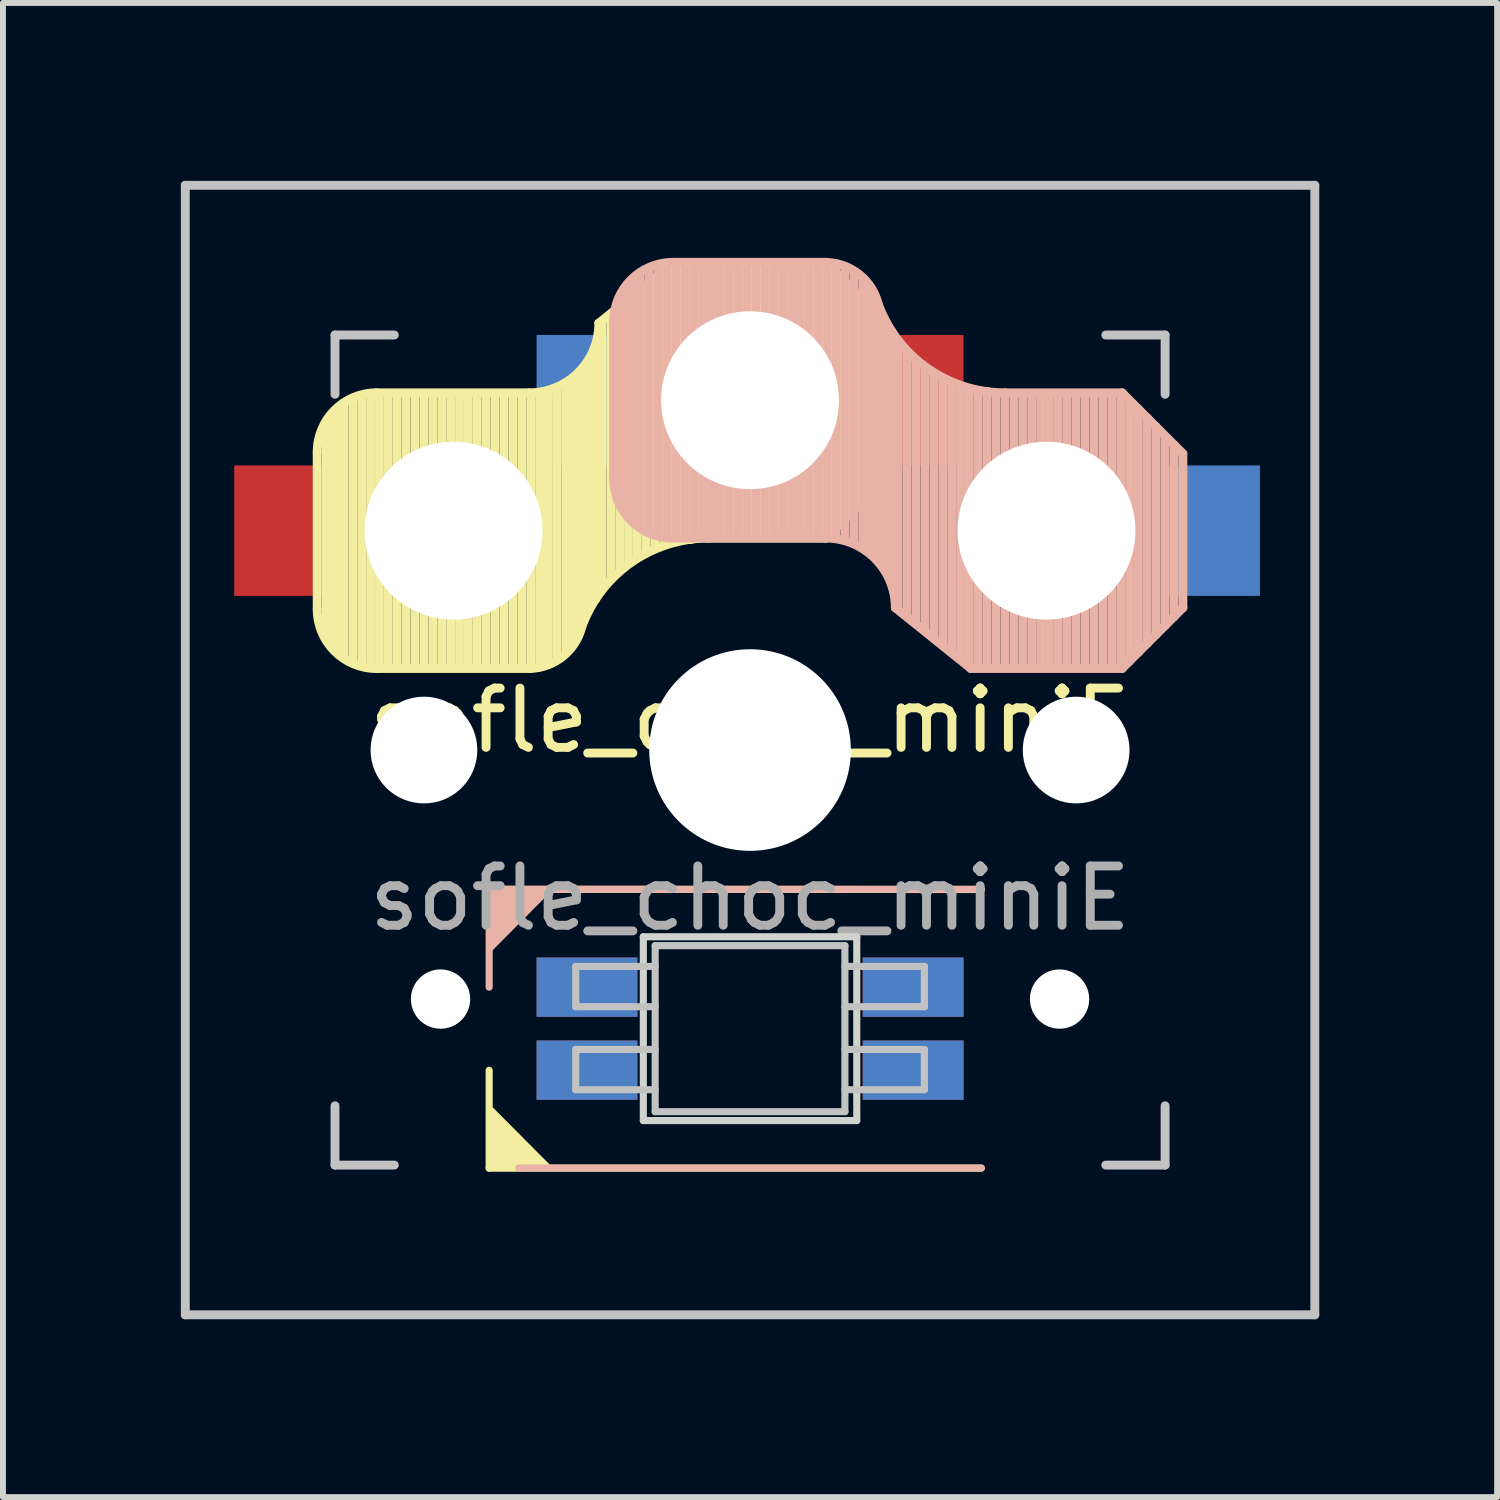
<source format=kicad_pcb>
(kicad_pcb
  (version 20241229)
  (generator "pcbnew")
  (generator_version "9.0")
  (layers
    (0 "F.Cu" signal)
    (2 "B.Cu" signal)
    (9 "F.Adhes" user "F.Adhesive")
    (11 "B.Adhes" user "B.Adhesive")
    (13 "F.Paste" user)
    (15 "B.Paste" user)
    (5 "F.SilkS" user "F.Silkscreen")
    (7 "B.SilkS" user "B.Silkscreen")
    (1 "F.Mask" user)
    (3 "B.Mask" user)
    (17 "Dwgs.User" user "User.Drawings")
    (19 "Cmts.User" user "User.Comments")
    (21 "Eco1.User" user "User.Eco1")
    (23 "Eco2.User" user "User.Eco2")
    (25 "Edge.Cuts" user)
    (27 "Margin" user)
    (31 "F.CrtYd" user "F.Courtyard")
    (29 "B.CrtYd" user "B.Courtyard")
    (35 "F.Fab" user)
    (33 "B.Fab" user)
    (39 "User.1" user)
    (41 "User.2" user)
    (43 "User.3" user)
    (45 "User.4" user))
  (footprint "sofle_choc_miniE"
    (layer "F.Cu")
    (at 9.6 9.6)
    (property "Reference" "sofle_choc_miniE" (at 0 -0.5 0) (unlocked yes) (layer "F.SilkS") (effects (font (size 1 1) (thickness 0.15))))
    (attr through_hole)
    (fp_line (start -7.3 -5.025) (end -7.3 -2.375) (stroke (width 0.15) (type solid)) (layer "F.SilkS"))
    (fp_line (start -7.15 -1.95) (end -7.15 -5.5) (stroke (width 0.15) (type solid)) (layer "F.SilkS"))
    (fp_line (start -7.05 -1.8) (end -7.05 -5.55) (stroke (width 0.15) (type solid)) (layer "F.SilkS"))
    (fp_line (start -6.95 -1.7) (end -6.95 -5.65) (stroke (width 0.15) (type solid)) (layer "F.SilkS"))
    (fp_line (start -6.85 -1.6) (end -6.85 -5.8) (stroke (width 0.15) (type solid)) (layer "F.SilkS"))
    (fp_line (start -6.7 -1.5) (end -6.7 -5.9) (stroke (width 0.15) (type solid)) (layer "F.SilkS"))
    (fp_line (start -6.55 -1.45) (end -6.55 -5.95) (stroke (width 0.15) (type solid)) (layer "F.SilkS"))
    (fp_line (start -6.4 -1.4) (end -6.4 -5.95) (stroke (width 0.15) (type solid)) (layer "F.SilkS"))
    (fp_line (start -6.3 -6.025) (end -3.725 -6.025) (stroke (width 0.15) (type solid)) (layer "F.SilkS"))
    (fp_line (start -6.3 -1.375) (end -3.7 -1.375) (stroke (width 0.15) (type solid)) (layer "F.SilkS"))
    (fp_line (start -6.25 -1.4) (end -6.25 -6) (stroke (width 0.15) (type solid)) (layer "F.SilkS"))
    (fp_line (start -6.1 -1.4) (end -6.1 -6) (stroke (width 0.15) (type solid)) (layer "F.SilkS"))
    (fp_line (start -5.95 -1.4) (end -5.95 -6) (stroke (width 0.15) (type solid)) (layer "F.SilkS"))
    (fp_line (start -5.8 -1.4) (end -5.8 -6) (stroke (width 0.15) (type solid)) (layer "F.SilkS"))
    (fp_line (start -5.65 -1.4) (end -5.65 -6) (stroke (width 0.15) (type solid)) (layer "F.SilkS"))
    (fp_line (start -5.5 -1.4) (end -5.5 -6) (stroke (width 0.15) (type solid)) (layer "F.SilkS"))
    (fp_line (start -5.35 -1.4) (end -5.35 -6) (stroke (width 0.15) (type solid)) (layer "F.SilkS"))
    (fp_line (start -5.2 -1.4) (end -5.2 -6) (stroke (width 0.15) (type solid)) (layer "F.SilkS"))
    (fp_line (start -5.05 -1.4) (end -5.05 -6) (stroke (width 0.15) (type solid)) (layer "F.SilkS"))
    (fp_line (start -4.9 -1.4) (end -4.9 -6) (stroke (width 0.15) (type solid)) (layer "F.SilkS"))
    (fp_line (start -4.75 -1.4) (end -4.75 -6) (stroke (width 0.15) (type solid)) (layer "F.SilkS"))
    (fp_line (start -4.6 -1.4) (end -4.6 -6) (stroke (width 0.15) (type solid)) (layer "F.SilkS"))
    (fp_line (start -4.45 -1.4) (end -4.45 -6) (stroke (width 0.15) (type solid)) (layer "F.SilkS"))
    (fp_line (start -4.4 2.349) (end 3.9 2.352) (stroke (width 0.12) (type solid)) (layer "F.SilkS"))
    (fp_line (start -4.4 7.052) (end -4.4 5.401) (stroke (width 0.12) (type solid)) (layer "F.SilkS"))
    (fp_line (start -4.3 -1.4) (end -4.3 -6) (stroke (width 0.15) (type solid)) (layer "F.SilkS"))
    (fp_line (start -4.15 -1.4) (end -4.15 -6) (stroke (width 0.15) (type solid)) (layer "F.SilkS"))
    (fp_line (start -4 -1.4) (end -4 -6) (stroke (width 0.15) (type solid)) (layer "F.SilkS"))
    (fp_line (start -3.85 -1.4) (end -3.85 -5.95) (stroke (width 0.15) (type solid)) (layer "F.SilkS"))
    (fp_line (start -3.7 -1.4) (end -3.7 -6) (stroke (width 0.15) (type solid)) (layer "F.SilkS"))
    (fp_line (start -3.55 -1.4) (end -3.55 -6) (stroke (width 0.15) (type solid)) (layer "F.SilkS"))
    (fp_line (start -3.4 -1.45) (end -3.4 -6) (stroke (width 0.15) (type solid)) (layer "F.SilkS"))
    (fp_line (start -3.25 -1.55) (end -3.25 -6.1) (stroke (width 0.15) (type solid)) (layer "F.SilkS"))
    (fp_line (start -3.1 -1.65) (end -3.1 -6.15) (stroke (width 0.15) (type solid)) (layer "F.SilkS"))
    (fp_line (start -3 -1.8) (end -3 -6.2) (stroke (width 0.15) (type solid)) (layer "F.SilkS"))
    (fp_line (start -2.9 -2.05) (end -2.9 -6.25) (stroke (width 0.15) (type solid)) (layer "F.SilkS"))
    (fp_line (start -2.8 -2.2) (end -2.8 -6.35) (stroke (width 0.15) (type solid)) (layer "F.SilkS"))
    (fp_line (start -2.7 -2.4) (end -2.7 -6.55) (stroke (width 0.15) (type solid)) (layer "F.SilkS"))
    (fp_line (start -2.6 -2.55) (end -2.6 -6.7) (stroke (width 0.15) (type solid)) (layer "F.SilkS"))
    (fp_line (start -2.5 -2.75) (end -2.5 -7.2) (stroke (width 0.15) (type solid)) (layer "F.SilkS"))
    (fp_line (start -2.35 -2.9) (end -2.35 -7.35) (stroke (width 0.15) (type solid)) (layer "F.SilkS"))
    (fp_line (start -2.2 -3.05) (end -2.2 -7.45) (stroke (width 0.15) (type solid)) (layer "F.SilkS"))
    (fp_line (start -2.05 -3.15) (end -2.05 -7.55) (stroke (width 0.15) (type solid)) (layer "F.SilkS"))
    (fp_line (start -1.9 -3.25) (end -1.9 -7.7) (stroke (width 0.15) (type solid)) (layer "F.SilkS"))
    (fp_line (start -1.75 -3.35) (end -1.75 -7.8) (stroke (width 0.15) (type solid)) (layer "F.SilkS"))
    (fp_line (start -1.6 -3.4) (end -1.6 -7.95) (stroke (width 0.15) (type solid)) (layer "F.SilkS"))
    (fp_line (start -1.45 -3.5) (end -1.45 -8.05) (stroke (width 0.15) (type solid)) (layer "F.SilkS"))
    (fp_line (start -1.3 -3.55) (end -1.3 -8.15) (stroke (width 0.15) (type solid)) (layer "F.SilkS"))
    (fp_line (start -1.275 -8.225) (end -2.55 -7.2) (stroke (width 0.15) (type solid)) (layer "F.SilkS"))
    (fp_line (start -1.275 -8.225) (end 1.275 -8.225) (stroke (width 0.15) (type solid)) (layer "F.SilkS"))
    (fp_line (start -1.15 -3.55) (end -1.15 -8.2) (stroke (width 0.15) (type solid)) (layer "F.SilkS"))
    (fp_line (start -1 -3.55) (end -1 -8.2) (stroke (width 0.15) (type solid)) (layer "F.SilkS"))
    (fp_line (start -0.85 -3.6) (end -0.85 -8.15) (stroke (width 0.15) (type solid)) (layer "F.SilkS"))
    (fp_line (start -0.7 -3.6) (end -0.7 -8.2) (stroke (width 0.15) (type solid)) (layer "F.SilkS"))
    (fp_line (start -0.7 -3.575) (end 1.275 -3.575) (stroke (width 0.15) (type solid)) (layer "F.SilkS"))
    (fp_line (start -0.55 -3.6) (end -0.55 -8.2) (stroke (width 0.15) (type solid)) (layer "F.SilkS"))
    (fp_line (start -0.4 -3.6) (end -0.4 -8.2) (stroke (width 0.15) (type solid)) (layer "F.SilkS"))
    (fp_line (start -0.25 -3.6) (end -0.25 -8.2) (stroke (width 0.15) (type solid)) (layer "F.SilkS"))
    (fp_line (start -0.1 -3.6) (end -0.1 -8.2) (stroke (width 0.15) (type solid)) (layer "F.SilkS"))
    (fp_line (start 0.05 -3.6) (end 0.05 -8.2) (stroke (width 0.15) (type solid)) (layer "F.SilkS"))
    (fp_line (start 0.2 -3.6) (end 0.2 -8.2) (stroke (width 0.15) (type solid)) (layer "F.SilkS"))
    (fp_line (start 0.35 -3.6) (end 0.35 -8.2) (stroke (width 0.15) (type solid)) (layer "F.SilkS"))
    (fp_line (start 0.5 -3.6) (end 0.5 -8.2) (stroke (width 0.15) (type solid)) (layer "F.SilkS"))
    (fp_line (start 0.65 -3.6) (end 0.65 -8.2) (stroke (width 0.15) (type solid)) (layer "F.SilkS"))
    (fp_line (start 0.8 -3.6) (end 0.8 -8.2) (stroke (width 0.15) (type solid)) (layer "F.SilkS"))
    (fp_line (start 0.95 -3.6) (end 0.95 -8.2) (stroke (width 0.15) (type solid)) (layer "F.SilkS"))
    (fp_line (start 1.1 -3.6) (end 1.1 -8.2) (stroke (width 0.15) (type solid)) (layer "F.SilkS"))
    (fp_line (start 1.25 -3.6) (end 1.25 -8.2) (stroke (width 0.15) (type solid)) (layer "F.SilkS"))
    (fp_line (start 1.4 -3.75) (end 1.4 -8.1) (stroke (width 0.15) (type solid)) (layer "F.SilkS"))
    (fp_line (start 1.55 -3.85) (end 1.55 -7.95) (stroke (width 0.15) (type solid)) (layer "F.SilkS"))
    (fp_line (start 1.7 -4) (end 1.7 -7.8) (stroke (width 0.15) (type solid)) (layer "F.SilkS"))
    (fp_line (start 1.85 -4.15) (end 1.85 -7.65) (stroke (width 0.15) (type solid)) (layer "F.SilkS"))
    (fp_line (start 2 -4.35) (end 2 -7.5) (stroke (width 0.15) (type solid)) (layer "F.SilkS"))
    (fp_line (start 2.15 -4.45) (end 2.15 -7.35) (stroke (width 0.15) (type solid)) (layer "F.SilkS"))
    (fp_line (start 2.3 -7.2) (end 1.275 -8.225) (stroke (width 0.15) (type solid)) (layer "F.SilkS"))
    (fp_line (start 2.3 -7.2) (end 2.3 -4.6) (stroke (width 0.15) (type solid)) (layer "F.SilkS"))
    (fp_line (start 2.3 -4.6) (end 1.275 -3.575) (stroke (width 0.15) (type solid)) (layer "F.SilkS"))
    (fp_line (start 3.9 7.052) (end -4.4 7.052) (stroke (width 0.12) (type solid)) (layer "F.SilkS"))
    (fp_arc (start -7.3 -5.025) (mid -7.007107 -5.732107) (end -6.3 -6.025) (stroke (width 0.15) (type solid)) (layer "F.SilkS"))
    (fp_arc (start -6.3 -1.375) (mid -7.007107 -1.667893) (end -7.3 -2.375) (stroke (width 0.15) (type solid)) (layer "F.SilkS"))
    (fp_arc (start -2.837801 -2.078096) (mid -3.151717 -1.583981) (end -3.699005 -1.376209) (stroke (width 0.15) (type solid)) (layer "F.SilkS"))
    (fp_arc (start -2.837801 -2.078096) (mid -2.004887 -3.163571) (end -0.7 -3.575) (stroke (width 0.15) (type solid)) (layer "F.SilkS"))
    (fp_arc (start -2.55 -7.2) (mid -2.89415 -6.36915) (end -3.725 -6.025) (stroke (width 0.15) (type solid)) (layer "F.SilkS"))
    (fp_poly (pts (xy -3.392 7.049) (xy -4.4 7.052) (xy -4.4 6.036)) (stroke (width 0.1) (type solid)) (fill yes) (layer "F.SilkS"))
    (fp_line (start -4.4 2.349) (end -4.4 4) (stroke (width 0.12) (type solid)) (layer "B.SilkS"))
    (fp_line (start -3.9 7.049) (end 3.9 7.049) (stroke (width 0.12) (type solid)) (layer "B.SilkS"))
    (fp_line (start -2.3 -4.575) (end -2.3 -7.225) (stroke (width 0.15) (type solid)) (layer "B.SilkS"))
    (fp_line (start -2.15 -7.65) (end -2.15 -4.1) (stroke (width 0.15) (type solid)) (layer "B.SilkS"))
    (fp_line (start -2.05 -7.8) (end -2.05 -4.05) (stroke (width 0.15) (type solid)) (layer "B.SilkS"))
    (fp_line (start -1.95 -7.9) (end -1.95 -3.95) (stroke (width 0.15) (type solid)) (layer "B.SilkS"))
    (fp_line (start -1.85 -8) (end -1.85 -3.8) (stroke (width 0.15) (type solid)) (layer "B.SilkS"))
    (fp_line (start -1.7 -8.1) (end -1.7 -3.7) (stroke (width 0.15) (type solid)) (layer "B.SilkS"))
    (fp_line (start -1.55 -8.15) (end -1.55 -3.65) (stroke (width 0.15) (type solid)) (layer "B.SilkS"))
    (fp_line (start -1.4 -8.2) (end -1.4 -3.65) (stroke (width 0.15) (type solid)) (layer "B.SilkS"))
    (fp_line (start -1.3 -8.225) (end 1.3 -8.225) (stroke (width 0.15) (type solid)) (layer "B.SilkS"))
    (fp_line (start -1.3 -3.575) (end 1.275 -3.575) (stroke (width 0.15) (type solid)) (layer "B.SilkS"))
    (fp_line (start -1.25 -8.2) (end -1.25 -3.6) (stroke (width 0.15) (type solid)) (layer "B.SilkS"))
    (fp_line (start -1.1 -8.2) (end -1.1 -3.6) (stroke (width 0.15) (type solid)) (layer "B.SilkS"))
    (fp_line (start -0.95 -8.2) (end -0.95 -3.6) (stroke (width 0.15) (type solid)) (layer "B.SilkS"))
    (fp_line (start -0.8 -8.2) (end -0.8 -3.6) (stroke (width 0.15) (type solid)) (layer "B.SilkS"))
    (fp_line (start -0.65 -8.2) (end -0.65 -3.6) (stroke (width 0.15) (type solid)) (layer "B.SilkS"))
    (fp_line (start -0.5 -8.2) (end -0.5 -3.6) (stroke (width 0.15) (type solid)) (layer "B.SilkS"))
    (fp_line (start -0.35 -8.2) (end -0.35 -3.6) (stroke (width 0.15) (type solid)) (layer "B.SilkS"))
    (fp_line (start -0.2 -8.2) (end -0.2 -3.6) (stroke (width 0.15) (type solid)) (layer "B.SilkS"))
    (fp_line (start -0.05 -8.2) (end -0.05 -3.6) (stroke (width 0.15) (type solid)) (layer "B.SilkS"))
    (fp_line (start 0.1 -8.2) (end 0.1 -3.6) (stroke (width 0.15) (type solid)) (layer "B.SilkS"))
    (fp_line (start 0.25 -8.2) (end 0.25 -3.6) (stroke (width 0.15) (type solid)) (layer "B.SilkS"))
    (fp_line (start 0.4 -8.2) (end 0.4 -3.6) (stroke (width 0.15) (type solid)) (layer "B.SilkS"))
    (fp_line (start 0.55 -8.2) (end 0.55 -3.6) (stroke (width 0.15) (type solid)) (layer "B.SilkS"))
    (fp_line (start 0.7 -8.2) (end 0.7 -3.6) (stroke (width 0.15) (type solid)) (layer "B.SilkS"))
    (fp_line (start 0.85 -8.2) (end 0.85 -3.6) (stroke (width 0.15) (type solid)) (layer "B.SilkS"))
    (fp_line (start 1 -8.2) (end 1 -3.6) (stroke (width 0.15) (type solid)) (layer "B.SilkS"))
    (fp_line (start 1.15 -8.2) (end 1.15 -3.65) (stroke (width 0.15) (type solid)) (layer "B.SilkS"))
    (fp_line (start 1.3 -8.2) (end 1.3 -3.6) (stroke (width 0.15) (type solid)) (layer "B.SilkS"))
    (fp_line (start 1.45 -8.2) (end 1.45 -3.6) (stroke (width 0.15) (type solid)) (layer "B.SilkS"))
    (fp_line (start 1.6 -8.15) (end 1.6 -3.6) (stroke (width 0.15) (type solid)) (layer "B.SilkS"))
    (fp_line (start 1.75 -8.05) (end 1.75 -3.5) (stroke (width 0.15) (type solid)) (layer "B.SilkS"))
    (fp_line (start 1.9 -7.95) (end 1.9 -3.45) (stroke (width 0.15) (type solid)) (layer "B.SilkS"))
    (fp_line (start 2 -7.8) (end 2 -3.4) (stroke (width 0.15) (type solid)) (layer "B.SilkS"))
    (fp_line (start 2.1 -7.55) (end 2.1 -3.35) (stroke (width 0.15) (type solid)) (layer "B.SilkS"))
    (fp_line (start 2.2 -7.4) (end 2.2 -3.25) (stroke (width 0.15) (type solid)) (layer "B.SilkS"))
    (fp_line (start 2.3 -7.2) (end 2.3 -3.05) (stroke (width 0.15) (type solid)) (layer "B.SilkS"))
    (fp_line (start 2.4 -7.05) (end 2.4 -2.9) (stroke (width 0.15) (type solid)) (layer "B.SilkS"))
    (fp_line (start 2.5 -6.85) (end 2.5 -2.4) (stroke (width 0.15) (type solid)) (layer "B.SilkS"))
    (fp_line (start 2.65 -6.7) (end 2.65 -2.25) (stroke (width 0.15) (type solid)) (layer "B.SilkS"))
    (fp_line (start 2.8 -6.55) (end 2.8 -2.15) (stroke (width 0.15) (type solid)) (layer "B.SilkS"))
    (fp_line (start 2.95 -6.45) (end 2.95 -2.05) (stroke (width 0.15) (type solid)) (layer "B.SilkS"))
    (fp_line (start 3.1 -6.35) (end 3.1 -1.9) (stroke (width 0.15) (type solid)) (layer "B.SilkS"))
    (fp_line (start 3.25 -6.25) (end 3.25 -1.8) (stroke (width 0.15) (type solid)) (layer "B.SilkS"))
    (fp_line (start 3.4 -6.2) (end 3.4 -1.65) (stroke (width 0.15) (type solid)) (layer "B.SilkS"))
    (fp_line (start 3.55 -6.1) (end 3.55 -1.55) (stroke (width 0.15) (type solid)) (layer "B.SilkS"))
    (fp_line (start 3.7 -6.05) (end 3.7 -1.45) (stroke (width 0.15) (type solid)) (layer "B.SilkS"))
    (fp_line (start 3.725 -1.375) (end 2.45 -2.4) (stroke (width 0.15) (type solid)) (layer "B.SilkS"))
    (fp_line (start 3.725 -1.375) (end 6.275 -1.375) (stroke (width 0.15) (type solid)) (layer "B.SilkS"))
    (fp_line (start 3.85 -6.05) (end 3.85 -1.4) (stroke (width 0.15) (type solid)) (layer "B.SilkS"))
    (fp_line (start 3.9 2.349) (end -4.4 2.349) (stroke (width 0.12) (type solid)) (layer "B.SilkS"))
    (fp_line (start 4 -6.05) (end 4 -1.4) (stroke (width 0.15) (type solid)) (layer "B.SilkS"))
    (fp_line (start 4.15 -6) (end 4.15 -1.45) (stroke (width 0.15) (type solid)) (layer "B.SilkS"))
    (fp_line (start 4.3 -6.025) (end 6.275 -6.025) (stroke (width 0.15) (type solid)) (layer "B.SilkS"))
    (fp_line (start 4.3 -6) (end 4.3 -1.4) (stroke (width 0.15) (type solid)) (layer "B.SilkS"))
    (fp_line (start 4.45 -6) (end 4.45 -1.4) (stroke (width 0.15) (type solid)) (layer "B.SilkS"))
    (fp_line (start 4.6 -6) (end 4.6 -1.4) (stroke (width 0.15) (type solid)) (layer "B.SilkS"))
    (fp_line (start 4.75 -6) (end 4.75 -1.4) (stroke (width 0.15) (type solid)) (layer "B.SilkS"))
    (fp_line (start 4.9 -6) (end 4.9 -1.4) (stroke (width 0.15) (type solid)) (layer "B.SilkS"))
    (fp_line (start 5.05 -6) (end 5.05 -1.4) (stroke (width 0.15) (type solid)) (layer "B.SilkS"))
    (fp_line (start 5.2 -6) (end 5.2 -1.4) (stroke (width 0.15) (type solid)) (layer "B.SilkS"))
    (fp_line (start 5.35 -6) (end 5.35 -1.4) (stroke (width 0.15) (type solid)) (layer "B.SilkS"))
    (fp_line (start 5.5 -6) (end 5.5 -1.4) (stroke (width 0.15) (type solid)) (layer "B.SilkS"))
    (fp_line (start 5.65 -6) (end 5.65 -1.4) (stroke (width 0.15) (type solid)) (layer "B.SilkS"))
    (fp_line (start 5.8 -6) (end 5.8 -1.4) (stroke (width 0.15) (type solid)) (layer "B.SilkS"))
    (fp_line (start 5.95 -6) (end 5.95 -1.4) (stroke (width 0.15) (type solid)) (layer "B.SilkS"))
    (fp_line (start 6.1 -6) (end 6.1 -1.4) (stroke (width 0.15) (type solid)) (layer "B.SilkS"))
    (fp_line (start 6.25 -6) (end 6.25 -1.4) (stroke (width 0.15) (type solid)) (layer "B.SilkS"))
    (fp_line (start 6.4 -5.85) (end 6.4 -1.5) (stroke (width 0.15) (type solid)) (layer "B.SilkS"))
    (fp_line (start 6.55 -5.75) (end 6.55 -1.65) (stroke (width 0.15) (type solid)) (layer "B.SilkS"))
    (fp_line (start 6.7 -5.6) (end 6.7 -1.8) (stroke (width 0.15) (type solid)) (layer "B.SilkS"))
    (fp_line (start 6.85 -5.45) (end 6.85 -1.95) (stroke (width 0.15) (type solid)) (layer "B.SilkS"))
    (fp_line (start 7 -5.25) (end 7 -2.1) (stroke (width 0.15) (type solid)) (layer "B.SilkS"))
    (fp_line (start 7.15 -5.15) (end 7.15 -2.25) (stroke (width 0.15) (type solid)) (layer "B.SilkS"))
    (fp_line (start 7.3 -5) (end 6.275 -6.025) (stroke (width 0.15) (type solid)) (layer "B.SilkS"))
    (fp_line (start 7.3 -2.4) (end 6.275 -1.375) (stroke (width 0.15) (type solid)) (layer "B.SilkS"))
    (fp_line (start 7.3 -2.4) (end 7.3 -5) (stroke (width 0.15) (type solid)) (layer "B.SilkS"))
    (fp_arc (start -2.3 -7.225) (mid -2.007107 -7.932107) (end -1.3 -8.225) (stroke (width 0.15) (type solid)) (layer "B.SilkS"))
    (fp_arc (start -1.3 -3.575) (mid -2.007107 -3.867893) (end -2.3 -4.575) (stroke (width 0.15) (type solid)) (layer "B.SilkS"))
    (fp_arc (start 1.275 -3.575) (mid 2.10585 -3.23085) (end 2.45 -2.4) (stroke (width 0.15) (type solid)) (layer "B.SilkS"))
    (fp_arc (start 1.300995 -8.223791) (mid 1.848286 -8.016021) (end 2.162199 -7.521904) (stroke (width 0.15) (type solid)) (layer "B.SilkS"))
    (fp_arc (start 4.3 -6.025) (mid 2.995114 -6.436429) (end 2.162199 -7.521904) (stroke (width 0.15) (type solid)) (layer "B.SilkS"))
    (fp_poly (pts (xy -4.4 3.365) (xy -4.4 2.349) (xy -3.392 2.349)) (stroke (width 0.1) (type solid)) (fill yes) (layer "B.SilkS"))
    (fp_line (start -9.525 -9.525) (end 9.525 -9.525) (stroke (width 0.15) (type solid)) (layer "Dwgs.User"))
    (fp_line (start -9.525 9.525) (end -9.525 -9.525) (stroke (width 0.15) (type solid)) (layer "Dwgs.User"))
    (fp_line (start -7 -7) (end -7 -6) (stroke (width 0.15) (type solid)) (layer "Dwgs.User"))
    (fp_line (start -7 6) (end -7 7) (stroke (width 0.15) (type solid)) (layer "Dwgs.User"))
    (fp_line (start -7 7) (end -6 7) (stroke (width 0.15) (type solid)) (layer "Dwgs.User"))
    (fp_line (start -6 -7) (end -7 -7) (stroke (width 0.15) (type solid)) (layer "Dwgs.User"))
    (fp_line (start -2.94 3.649) (end -2.94 4.329) (stroke (width 0.12) (type solid)) (layer "Dwgs.User"))
    (fp_line (start -2.94 4.329) (end -1.6 4.329) (stroke (width 0.12) (type solid)) (layer "Dwgs.User"))
    (fp_line (start -2.94 5.049) (end -2.94 5.729) (stroke (width 0.12) (type solid)) (layer "Dwgs.User"))
    (fp_line (start -2.94 5.729) (end -1.6 5.729) (stroke (width 0.12) (type solid)) (layer "Dwgs.User"))
    (fp_line (start -1.6 3.299) (end -1.6 6.099) (stroke (width 0.12) (type solid)) (layer "Dwgs.User"))
    (fp_line (start -1.6 3.299) (end 1.6 3.299) (stroke (width 0.12) (type solid)) (layer "Dwgs.User"))
    (fp_line (start -1.6 3.649) (end -2.94 3.649) (stroke (width 0.12) (type solid)) (layer "Dwgs.User"))
    (fp_line (start -1.6 5.049) (end -2.94 5.049) (stroke (width 0.12) (type solid)) (layer "Dwgs.User"))
    (fp_line (start -1.6 6.099) (end 1.6 6.099) (stroke (width 0.12) (type solid)) (layer "Dwgs.User"))
    (fp_line (start 1.6 3.299) (end 1.6 6.099) (stroke (width 0.12) (type solid)) (layer "Dwgs.User"))
    (fp_line (start 1.6 4.329) (end 2.94 4.329) (stroke (width 0.12) (type solid)) (layer "Dwgs.User"))
    (fp_line (start 1.6 5.729) (end 2.94 5.729) (stroke (width 0.12) (type solid)) (layer "Dwgs.User"))
    (fp_line (start 2.94 3.649) (end 1.6 3.649) (stroke (width 0.12) (type solid)) (layer "Dwgs.User"))
    (fp_line (start 2.94 4.329) (end 2.94 3.649) (stroke (width 0.12) (type solid)) (layer "Dwgs.User"))
    (fp_line (start 2.94 5.049) (end 1.6 5.049) (stroke (width 0.12) (type solid)) (layer "Dwgs.User"))
    (fp_line (start 2.94 5.729) (end 2.94 5.049) (stroke (width 0.12) (type solid)) (layer "Dwgs.User"))
    (fp_line (start 6 -7) (end 7 -7) (stroke (width 0.15) (type solid)) (layer "Dwgs.User"))
    (fp_line (start 7 -7) (end 7 -6) (stroke (width 0.15) (type solid)) (layer "Dwgs.User"))
    (fp_line (start 7 6) (end 7 7) (stroke (width 0.15) (type solid)) (layer "Dwgs.User"))
    (fp_line (start 7 7) (end 6 7) (stroke (width 0.15) (type solid)) (layer "Dwgs.User"))
    (fp_line (start 9.525 -9.525) (end 9.525 9.525) (stroke (width 0.15) (type solid)) (layer "Dwgs.User"))
    (fp_line (start 9.525 9.525) (end -9.525 9.525) (stroke (width 0.15) (type solid)) (layer "Dwgs.User"))
    (fp_line (start -1.8 3.149) (end -1.8 6.249) (stroke (width 0.12) (type solid)) (layer "Edge.Cuts"))
    (fp_line (start -1.8 6.249) (end 1.8 6.249) (stroke (width 0.12) (type solid)) (layer "Edge.Cuts"))
    (fp_line (start 1.8 3.149) (end -1.8 3.149) (stroke (width 0.12) (type solid)) (layer "Edge.Cuts"))
    (fp_line (start 1.8 6.249) (end 1.8 3.149) (stroke (width 0.12) (type solid)) (layer "Edge.Cuts"))
    (fp_text user "${REFERENCE}" (at 0 2.5 0) (unlocked yes) (layer "F.Fab") (effects (font (size 1 1) (thickness 0.15))))
    (pad "" np_thru_hole circle (at -5.5 0 270) (size 1.8 1.8) (drill 1.8) (layers "*.Cu" "*.Mask"))
    (pad "" np_thru_hole circle (at -5.22 4.2) (size 1 1) (drill 1) (layers "*.Cu" "*.Mask"))
    (pad "" np_thru_hole circle (at -5 -3.7 90) (size 3 3) (drill 3) (layers "*.Cu" "*.Mask"))
    (pad "" np_thru_hole circle (at 0 -5.9 270) (size 3 3) (drill 3) (layers "*.Cu" "*.Mask"))
    (pad "" np_thru_hole circle (at 0 0 270) (size 3.4 3.4) (drill 3.4) (layers "*.Cu" "*.Mask"))
    (pad "" np_thru_hole circle (at 5 -3.7 270) (size 3 3) (drill 3) (layers "*.Cu" "*.Mask"))
    (pad "" np_thru_hole circle (at 5.22 4.2) (size 1 1) (drill 1) (layers "*.Cu" "*.Mask"))
    (pad "" np_thru_hole circle (at 5.5 0 270) (size 1.8 1.8) (drill 1.8) (layers "*.Cu" "*.Mask"))
    (pad "1" smd rect (at 2.75 3.999) (size 1.7 1) (layers "F.Cu" "F.Mask" "F.Paste"))
    (pad "1" smd rect (at 2.75 5.399) (size 1.7 1) (layers "B.Cu" "B.Mask" "B.Paste"))
    (pad "2" smd rect (at 2.75 3.999) (size 1.7 1) (layers "B.Cu" "B.Mask" "B.Paste"))
    (pad "2" smd rect (at 2.75 5.399) (size 1.7 1) (layers "F.Cu" "F.Mask" "F.Paste"))
    (pad "3" smd rect (at -2.75 3.999) (size 1.7 1) (layers "B.Cu" "B.Mask" "B.Paste"))
    (pad "3" smd rect (at -2.75 5.399) (size 1.7 1) (layers "F.Cu" "F.Mask" "F.Paste"))
    (pad "4" smd rect (at -2.75 3.999) (size 1.7 1) (layers "F.Cu" "F.Mask" "F.Paste"))
    (pad "4" smd rect (at -2.75 5.399) (size 1.7 1) (layers "B.Cu" "B.Mask" "B.Paste"))
    (pad "5" smd rect (at -2.8 -5.9) (size 1.6 2.2) (layers "B.Cu" "B.Mask" "B.Paste"))
    (pad "5" smd rect (at 2.8 -5.9) (size 1.6 2.2) (layers "F.Cu" "F.Mask" "F.Paste"))
    (pad "6" smd rect (at -7.9 -3.7) (size 1.6 2.2) (layers "F.Cu" "F.Mask" "F.Paste"))
    (pad "6" smd rect (at 7.8 -3.7) (size 1.6 2.2) (layers "B.Cu" "B.Mask" "B.Paste")))
  (gr_rect
    (start -3 -3)
    (end 22.2 22.2)
    (stroke (width 0.1) (type default))
    (fill no)
    (layer "Edge.Cuts")))
</source>
